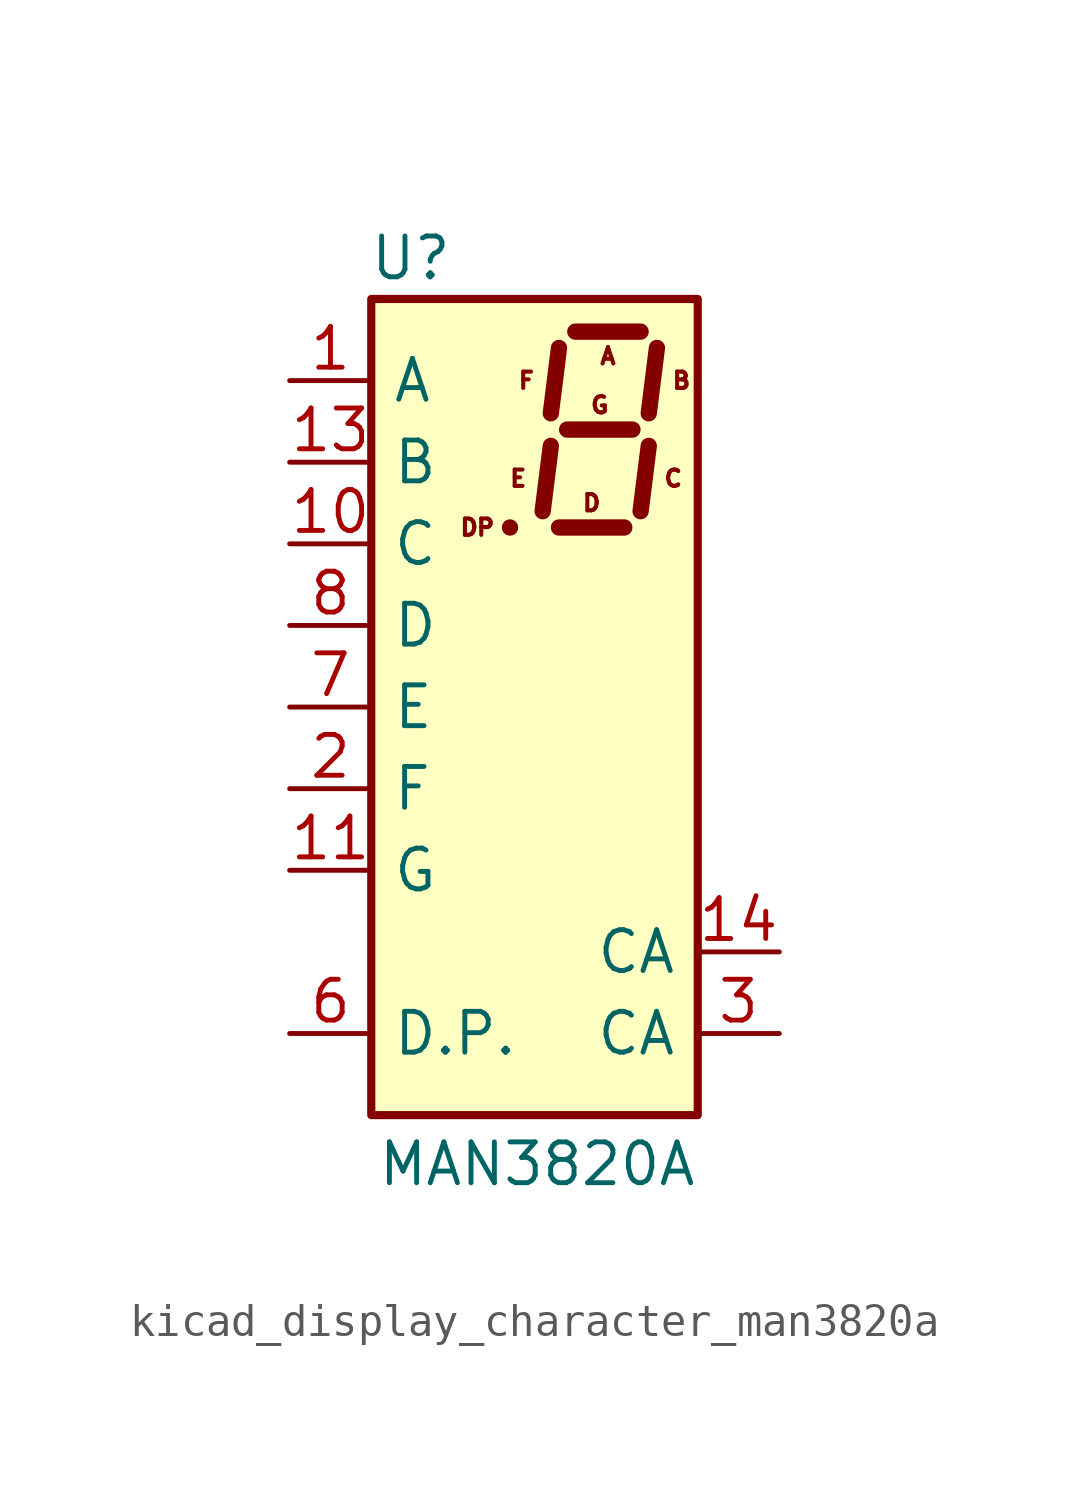
<source format=kicad_sym>
(kicad_symbol_lib
  (version 20220914)
  (generator kicad_symbol_editor)
  (symbol "kicad_display_character_man3820a"
    (pin_names
      (offset 0.635))
    (property "Reference" "U"
      (at -2.54 13.97 0)
      (effects (font (size 1.27 1.27)) (justify right)))
    (property "Value" "MAN3820A"
      (at 5.08 -14.224 0)
      (effects (font (size 1.27 1.27)) (justify right)))
    (symbol "kicad_display_character_man3820a_0_0"
      (text "A" (at 2.286 10.922 0) (effects (font (size 0.508 0.508))))
      (text "B" (at 4.572 10.16 0) (effects (font (size 0.508 0.508))))
      (text "C" (at 4.318 7.112 0) (effects (font (size 0.508 0.508))))
      (text "D" (at 1.778 6.35 0) (effects (font (size 0.508 0.508))))
      (text "DP" (at -1.778 5.588 0) (effects (font (size 0.508 0.508))))
      (text "E" (at -0.508 7.112 0) (effects (font (size 0.508 0.508))))
      (text "F" (at -0.254 10.16 0) (effects (font (size 0.508 0.508))))
      (text "G" (at 2.032 9.398 0) (effects (font (size 0.508 0.508)))))
    (symbol "kicad_display_character_man3820a_0_1"
      (rectangle (start -5.08 12.7) (end 5.08 -12.7) (stroke (width 0.254) (type default)) (fill (type background)))
      (polyline (pts (xy -0.762 5.588) (xy -0.762 5.588)) (stroke (width 0.508) (type default)) (fill (type none)))
      (polyline (pts (xy 0.508 8.128) (xy 0.254 6.096)) (stroke (width 0.508) (type default)) (fill (type none)))
      (polyline (pts (xy 0.762 5.588) (xy 2.794 5.588)) (stroke (width 0.508) (type default)) (fill (type none)))
      (polyline (pts (xy 0.762 11.176) (xy 0.508 9.144)) (stroke (width 0.508) (type default)) (fill (type none)))
      (polyline (pts (xy 1.016 8.636) (xy 3.048 8.636)) (stroke (width 0.508) (type default)) (fill (type none)))
      (polyline (pts (xy 1.27 11.684) (xy 3.302 11.684)) (stroke (width 0.508) (type default)) (fill (type none)))
      (polyline (pts (xy 3.556 8.128) (xy 3.302 6.096)) (stroke (width 0.508) (type default)) (fill (type none)))
      (polyline (pts (xy 3.81 11.176) (xy 3.556 9.144)) (stroke (width 0.508) (type default)) (fill (type none))))
    (symbol "kicad_display_character_man3820a_1_1"
      (pin input line (at -7.62 10.16 0) (length 2.54) (name "A" (effects (font (size 1.27 1.27)))) (number "1" (effects (font (size 1.27 1.27)))))
      (pin input line (at -7.62 5.08 0) (length 2.54) (name "C" (effects (font (size 1.27 1.27)))) (number "10" (effects (font (size 1.27 1.27)))))
      (pin input line (at -7.62 -5.08 0) (length 2.54) (name "G" (effects (font (size 1.27 1.27)))) (number "11" (effects (font (size 1.27 1.27)))))
      (pin no_connect line (at 5.08 -5.08 180) (length 2.54) hide (name "NC" (effects (font (size 1.27 1.27)))) (number "12" (effects (font (size 1.27 1.27)))))
      (pin input line (at -7.62 7.62 0) (length 2.54) (name "B" (effects (font (size 1.27 1.27)))) (number "13" (effects (font (size 1.27 1.27)))))
      (pin input line (at 7.62 -7.62 180) (length 2.54) (name "CA" (effects (font (size 1.27 1.27)))) (number "14" (effects (font (size 1.27 1.27)))))
      (pin input line (at -7.62 -2.54 0) (length 2.54) (name "F" (effects (font (size 1.27 1.27)))) (number "2" (effects (font (size 1.27 1.27)))))
      (pin input line (at 7.62 -10.16 180) (length 2.54) (name "CA" (effects (font (size 1.27 1.27)))) (number "3" (effects (font (size 1.27 1.27)))))
      (pin no_connect line (at 5.08 2.54 180) (length 2.54) hide (name "NC" (effects (font (size 1.27 1.27)))) (number "4" (effects (font (size 1.27 1.27)))))
      (pin no_connect line (at 5.08 0 180) (length 2.54) hide (name "NC" (effects (font (size 1.27 1.27)))) (number "5" (effects (font (size 1.27 1.27)))))
      (pin input line (at -7.62 -10.16 0) (length 2.54) (name "D.P." (effects (font (size 1.27 1.27)))) (number "6" (effects (font (size 1.27 1.27)))))
      (pin input line (at -7.62 0 0) (length 2.54) (name "E" (effects (font (size 1.27 1.27)))) (number "7" (effects (font (size 1.27 1.27)))))
      (pin input line (at -7.62 2.54 0) (length 2.54) (name "D" (effects (font (size 1.27 1.27)))) (number "8" (effects (font (size 1.27 1.27)))))
      (pin no_connect line (at 5.08 -2.54 180) (length 2.54) hide (name "NC" (effects (font (size 1.27 1.27)))) (number "9" (effects (font (size 1.27 1.27))))))))
</source>
